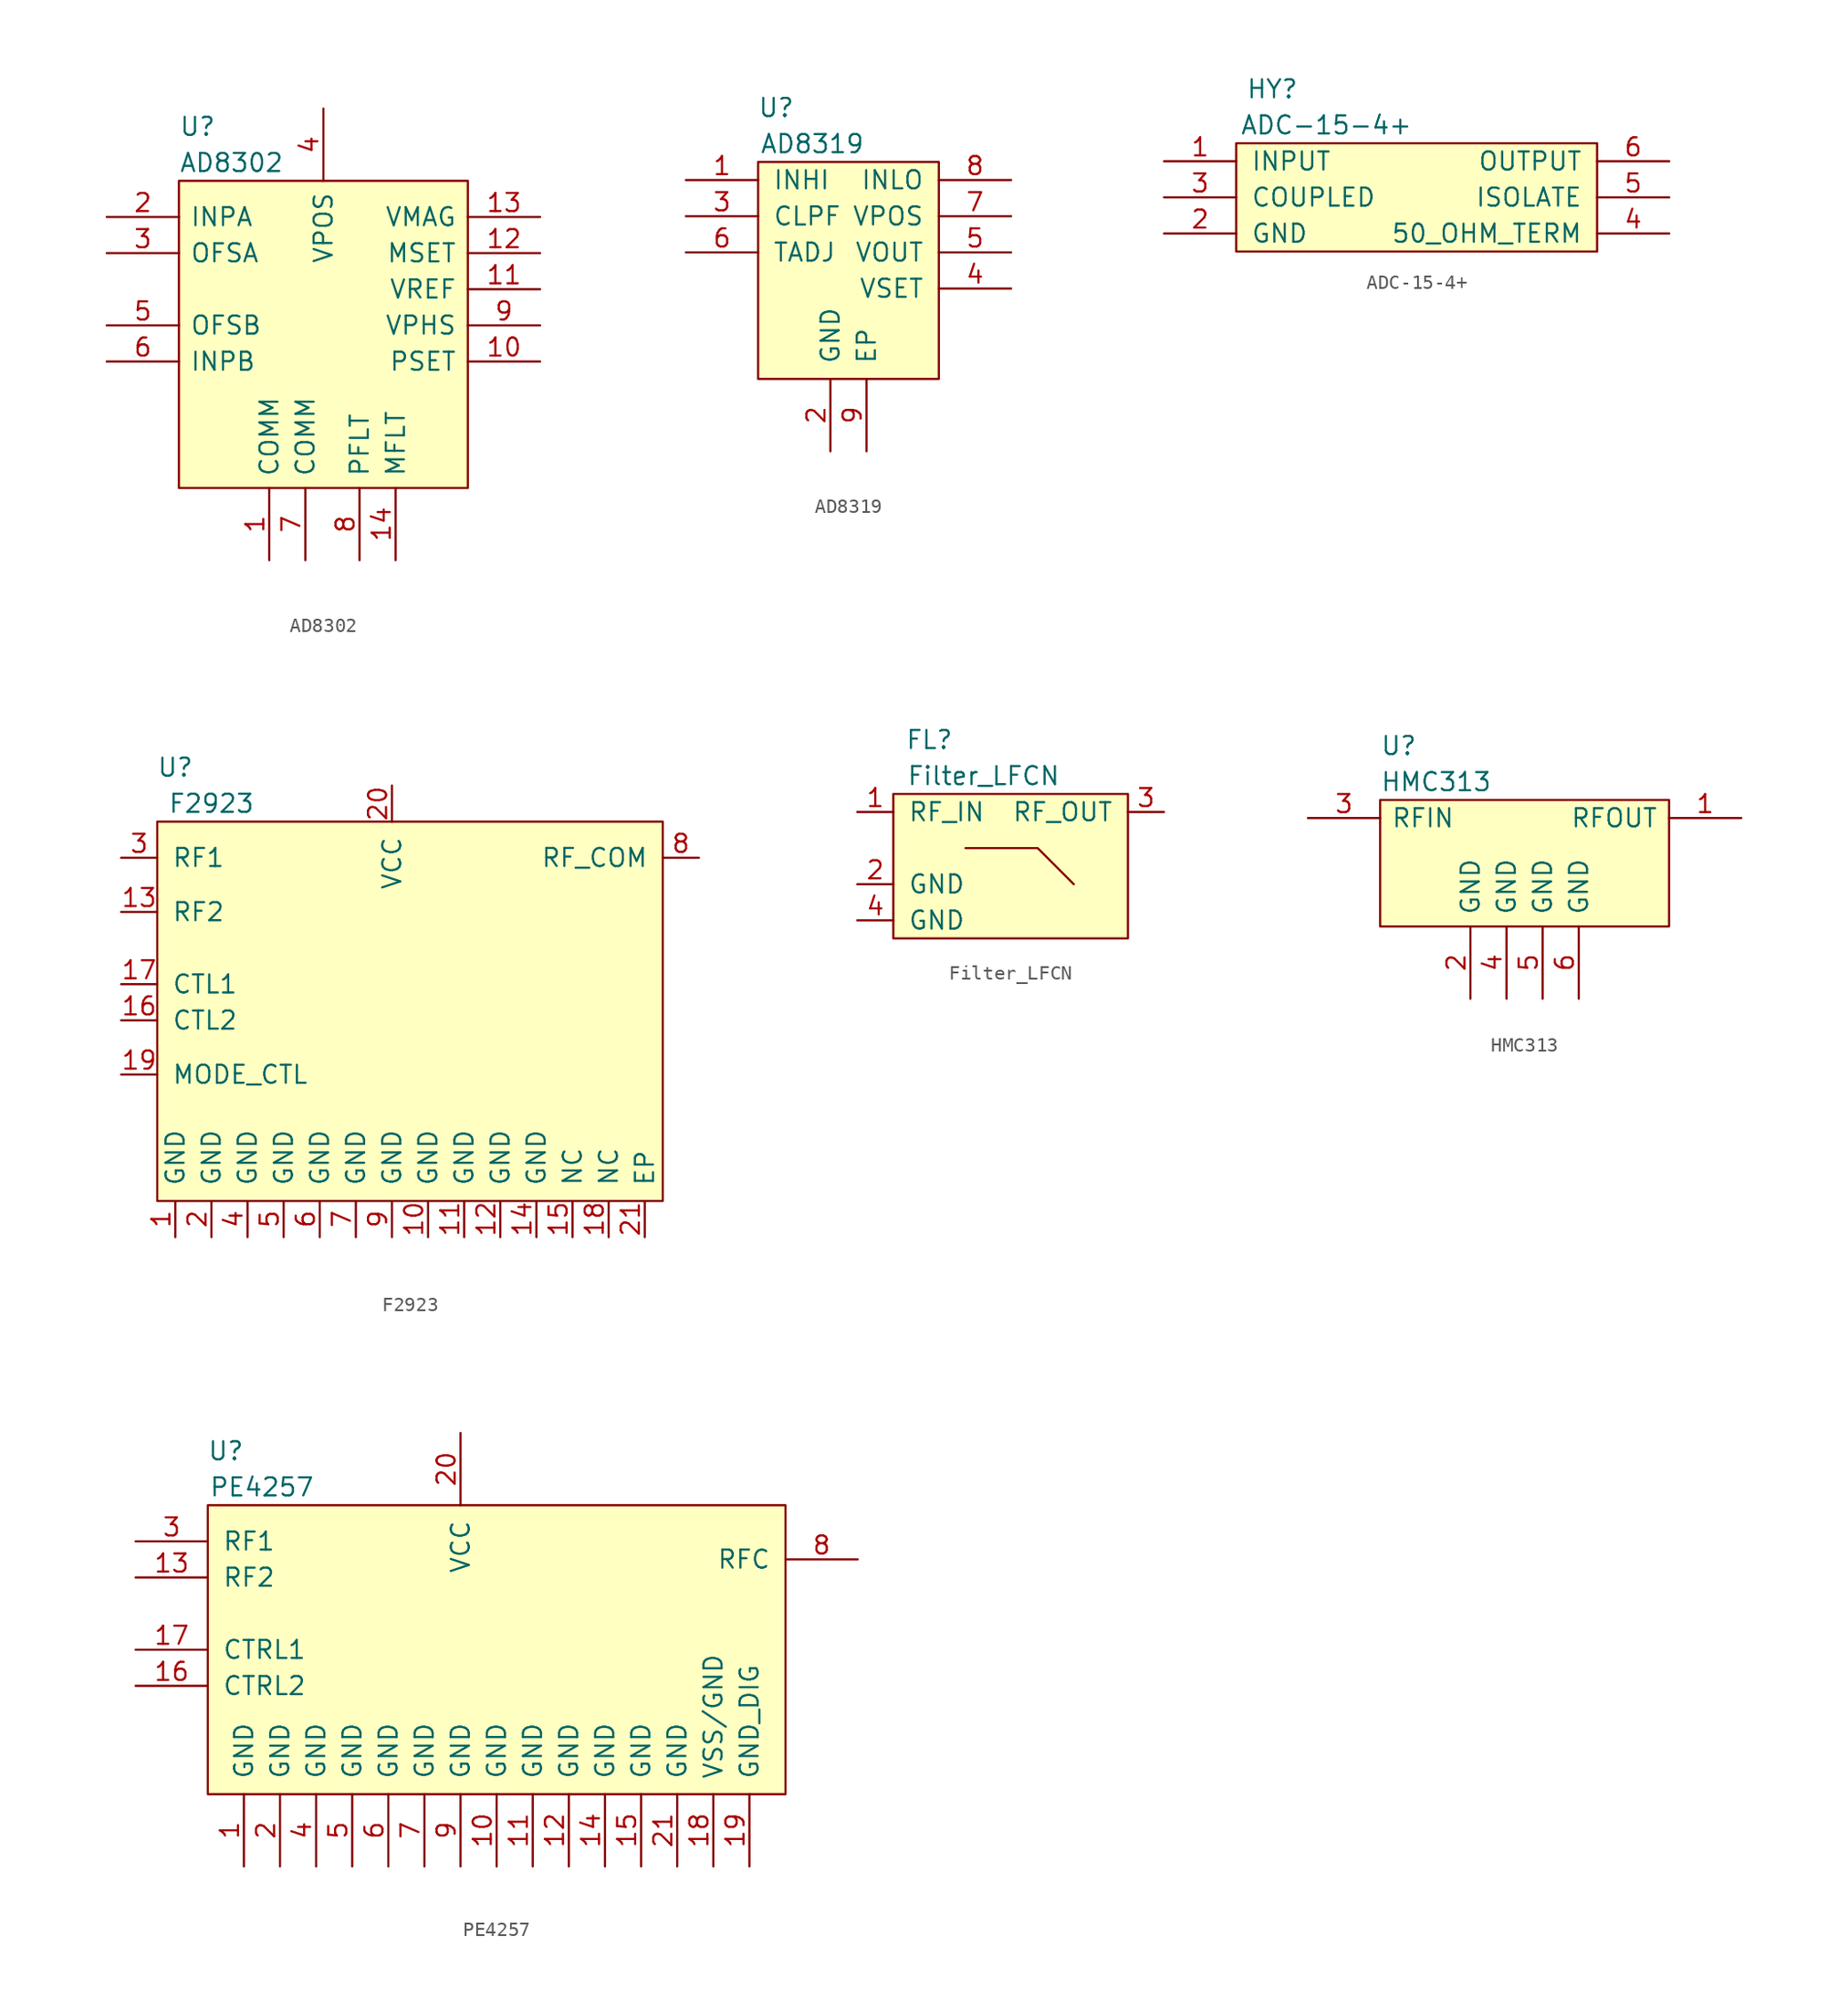
<source format=kicad_sym>
(kicad_symbol_lib
  (version 20201005)
  (generator kicad_symbol_editor)
  (symbol "AD8302"
    (pin_names
      (offset 0.762))
    (property "Reference" "U"
      (at -10.16 13.97 0)
      (effects (font (size 1.27 1.27)) (justify left)))
    (property "Value" "AD8302"
      (at -10.16 11.43 0)
      (effects (font (size 1.27 1.27)) (justify left)))
    (symbol "AD8302_0_0"
      (pin power_in line (at -3.81 -16.51 90) (length 5.08) (name "COMM" (effects (font (size 1.27 1.27)))) (number "1" (effects (font (size 1.27 1.27)))))
      (pin bidirectional line (at 15.24 -2.54 180) (length 5.08) (name "PSET" (effects (font (size 1.27 1.27)))) (number "10" (effects (font (size 1.27 1.27)))))
      (pin bidirectional line (at 15.24 2.54 180) (length 5.08) (name "VREF" (effects (font (size 1.27 1.27)))) (number "11" (effects (font (size 1.27 1.27)))))
      (pin bidirectional line (at 15.24 5.08 180) (length 5.08) (name "MSET" (effects (font (size 1.27 1.27)))) (number "12" (effects (font (size 1.27 1.27)))))
      (pin bidirectional line (at 15.24 7.62 180) (length 5.08) (name "VMAG" (effects (font (size 1.27 1.27)))) (number "13" (effects (font (size 1.27 1.27)))))
      (pin bidirectional line (at 5.08 -16.51 90) (length 5.08) (name "MFLT" (effects (font (size 1.27 1.27)))) (number "14" (effects (font (size 1.27 1.27)))))
      (pin bidirectional line (at -15.24 7.62 0) (length 5.08) (name "INPA" (effects (font (size 1.27 1.27)))) (number "2" (effects (font (size 1.27 1.27)))))
      (pin bidirectional line (at -15.24 5.08 0) (length 5.08) (name "OFSA" (effects (font (size 1.27 1.27)))) (number "3" (effects (font (size 1.27 1.27)))))
      (pin power_in line (at 0 15.24 270) (length 5.08) (name "VPOS" (effects (font (size 1.27 1.27)))) (number "4" (effects (font (size 1.27 1.27)))))
      (pin bidirectional line (at -15.24 0 0) (length 5.08) (name "OFSB" (effects (font (size 1.27 1.27)))) (number "5" (effects (font (size 1.27 1.27)))))
      (pin bidirectional line (at -15.24 -2.54 0) (length 5.08) (name "INPB" (effects (font (size 1.27 1.27)))) (number "6" (effects (font (size 1.27 1.27)))))
      (pin power_in line (at -1.27 -16.51 90) (length 5.08) (name "COMM" (effects (font (size 1.27 1.27)))) (number "7" (effects (font (size 1.27 1.27)))))
      (pin bidirectional line (at 2.54 -16.51 90) (length 5.08) (name "PFLT" (effects (font (size 1.27 1.27)))) (number "8" (effects (font (size 1.27 1.27)))))
      (pin bidirectional line (at 15.24 0 180) (length 5.08) (name "VPHS" (effects (font (size 1.27 1.27)))) (number "9" (effects (font (size 1.27 1.27))))))
    (symbol "AD8302_0_1"
      (polyline (pts (xy -10.16 10.16) (xy 10.16 10.16) (xy 10.16 -11.43) (xy -10.16 -11.43) (xy -10.16 10.16)) (stroke (width 0.152)) (fill (type background)))))
  (symbol "AD8319"
    (pin_names
      (offset 1.016))
    (property "Reference" "U"
      (at -5.08 10.16 0)
      (effects (font (size 1.27 1.27))))
    (property "Value" "AD8319"
      (at -2.54 7.62 0)
      (effects (font (size 1.27 1.27))))
    (symbol "AD8319_0_1"
      (rectangle (start -6.35 6.35) (end 6.35 -8.89) (stroke (width 0)) (fill (type background))))
    (symbol "AD8319_1_0"
      (pin bidirectional line (at -11.43 5.08 0) (length 5.08) (name "INHI" (effects (font (size 1.27 1.27)))) (number "1" (effects (font (size 1.27 1.27)))))
      (pin power_in line (at -1.27 -13.97 90) (length 5.08) (name "GND" (effects (font (size 1.27 1.27)))) (number "2" (effects (font (size 1.27 1.27)))))
      (pin bidirectional line (at -11.43 2.54 0) (length 5.08) (name "CLPF" (effects (font (size 1.27 1.27)))) (number "3" (effects (font (size 1.27 1.27)))))
      (pin bidirectional line (at 11.43 -2.54 180) (length 5.08) (name "VSET" (effects (font (size 1.27 1.27)))) (number "4" (effects (font (size 1.27 1.27)))))
      (pin bidirectional line (at 11.43 0 180) (length 5.08) (name "VOUT" (effects (font (size 1.27 1.27)))) (number "5" (effects (font (size 1.27 1.27)))))
      (pin bidirectional line (at -11.43 0 0) (length 5.08) (name "TADJ" (effects (font (size 1.27 1.27)))) (number "6" (effects (font (size 1.27 1.27)))))
      (pin power_in line (at 11.43 2.54 180) (length 5.08) (name "VPOS" (effects (font (size 1.27 1.27)))) (number "7" (effects (font (size 1.27 1.27)))))
      (pin bidirectional line (at 11.43 5.08 180) (length 5.08) (name "INLO" (effects (font (size 1.27 1.27)))) (number "8" (effects (font (size 1.27 1.27)))))
      (pin power_in line (at 1.27 -13.97 90) (length 5.08) (name "EP" (effects (font (size 1.27 1.27)))) (number "9" (effects (font (size 1.27 1.27)))))))
  (symbol "ADC-15-4+"
    (pin_names
      (offset 1.016))
    (property "Reference" "HY"
      (at -8.89 3.81 0)
      (effects (font (size 1.27 1.27))))
    (property "Value" "ADC-15-4+"
      (at -5.08 1.27 0)
      (effects (font (size 1.27 1.27))))
    (symbol "ADC-15-4+_0_1"
      (rectangle (start 13.97 -7.62) (end -11.43 0) (stroke (width 0)) (fill (type background))))
    (symbol "ADC-15-4+_1_1"
      (pin bidirectional line (at -16.51 -1.27 0) (length 5.08) (name "INPUT" (effects (font (size 1.27 1.27)))) (number "1" (effects (font (size 1.27 1.27)))))
      (pin power_in line (at -16.51 -6.35 0) (length 5.08) (name "GND" (effects (font (size 1.27 1.27)))) (number "2" (effects (font (size 1.27 1.27)))))
      (pin bidirectional line (at -16.51 -3.81 0) (length 5.08) (name "COUPLED" (effects (font (size 1.27 1.27)))) (number "3" (effects (font (size 1.27 1.27)))))
      (pin bidirectional line (at 19.05 -6.35 180) (length 5.08) (name "50_OHM_TERM" (effects (font (size 1.27 1.27)))) (number "4" (effects (font (size 1.27 1.27)))))
      (pin bidirectional line (at 19.05 -3.81 180) (length 5.08) (name "ISOLATE" (effects (font (size 1.27 1.27)))) (number "5" (effects (font (size 1.27 1.27)))))
      (pin bidirectional line (at 19.05 -1.27 180) (length 5.08) (name "OUTPUT" (effects (font (size 1.27 1.27)))) (number "6" (effects (font (size 1.27 1.27)))))))
  (symbol "F2923"
    (pin_names
      (offset 1.016))
    (property "Reference" "U"
      (at -15.24 15.24 0)
      (effects (font (size 1.27 1.27))))
    (property "Value" "F2923"
      (at -12.7 12.7 0)
      (effects (font (size 1.27 1.27))))
    (symbol "F2923_0_1"
      (rectangle (start -16.51 11.43) (end 19.05 -15.24) (stroke (width 0)) (fill (type background))))
    (symbol "F2923_1_1"
      (pin power_in line (at -15.24 -17.78 90) (length 2.54) (name "GND" (effects (font (size 1.27 1.27)))) (number "1" (effects (font (size 1.27 1.27)))))
      (pin power_in line (at 2.54 -17.78 90) (length 2.54) (name "GND" (effects (font (size 1.27 1.27)))) (number "10" (effects (font (size 1.27 1.27)))))
      (pin power_in line (at 5.08 -17.78 90) (length 2.54) (name "GND" (effects (font (size 1.27 1.27)))) (number "11" (effects (font (size 1.27 1.27)))))
      (pin power_in line (at 7.62 -17.78 90) (length 2.54) (name "GND" (effects (font (size 1.27 1.27)))) (number "12" (effects (font (size 1.27 1.27)))))
      (pin input line (at -19.05 5.08 0) (length 2.54) (name "RF2" (effects (font (size 1.27 1.27)))) (number "13" (effects (font (size 1.27 1.27)))))
      (pin power_in line (at 10.16 -17.78 90) (length 2.54) (name "GND" (effects (font (size 1.27 1.27)))) (number "14" (effects (font (size 1.27 1.27)))))
      (pin power_in line (at 12.7 -17.78 90) (length 2.54) (name "NC" (effects (font (size 1.27 1.27)))) (number "15" (effects (font (size 1.27 1.27)))))
      (pin passive line (at -19.05 -2.54 0) (length 2.54) (name "CTL2" (effects (font (size 1.27 1.27)))) (number "16" (effects (font (size 1.27 1.27)))))
      (pin passive line (at -19.05 0 0) (length 2.54) (name "CTL1" (effects (font (size 1.27 1.27)))) (number "17" (effects (font (size 1.27 1.27)))))
      (pin power_in line (at 15.24 -17.78 90) (length 2.54) (name "NC" (effects (font (size 1.27 1.27)))) (number "18" (effects (font (size 1.27 1.27)))))
      (pin passive line (at -19.05 -6.35 0) (length 2.54) (name "MODE_CTL" (effects (font (size 1.27 1.27)))) (number "19" (effects (font (size 1.27 1.27)))))
      (pin power_in line (at -12.7 -17.78 90) (length 2.54) (name "GND" (effects (font (size 1.27 1.27)))) (number "2" (effects (font (size 1.27 1.27)))))
      (pin power_in line (at 0 13.97 270) (length 2.54) (name "VCC" (effects (font (size 1.27 1.27)))) (number "20" (effects (font (size 1.27 1.27)))))
      (pin power_in line (at 17.78 -17.78 90) (length 2.54) (name "EP" (effects (font (size 1.27 1.27)))) (number "21" (effects (font (size 1.27 1.27)))))
      (pin input line (at -19.05 8.89 0) (length 2.54) (name "RF1" (effects (font (size 1.27 1.27)))) (number "3" (effects (font (size 1.27 1.27)))))
      (pin power_in line (at -10.16 -17.78 90) (length 2.54) (name "GND" (effects (font (size 1.27 1.27)))) (number "4" (effects (font (size 1.27 1.27)))))
      (pin power_in line (at -7.62 -17.78 90) (length 2.54) (name "GND" (effects (font (size 1.27 1.27)))) (number "5" (effects (font (size 1.27 1.27)))))
      (pin power_in line (at -5.08 -17.78 90) (length 2.54) (name "GND" (effects (font (size 1.27 1.27)))) (number "6" (effects (font (size 1.27 1.27)))))
      (pin power_in line (at -2.54 -17.78 90) (length 2.54) (name "GND" (effects (font (size 1.27 1.27)))) (number "7" (effects (font (size 1.27 1.27)))))
      (pin output line (at 21.59 8.89 180) (length 2.54) (name "RF_COM" (effects (font (size 1.27 1.27)))) (number "8" (effects (font (size 1.27 1.27)))))
      (pin power_in line (at 0 -17.78 90) (length 2.54) (name "GND" (effects (font (size 1.27 1.27)))) (number "9" (effects (font (size 1.27 1.27)))))))
  (symbol "Filter_LFCN"
    (pin_names
      (offset 1.016))
    (property "Reference" "FL"
      (at -5.08 7.62 0)
      (effects (font (size 1.27 1.27))))
    (property "Value" "Filter_LFCN"
      (at -1.27 5.08 0)
      (effects (font (size 1.27 1.27))))
    (symbol "Filter_LFCN_0_1"
      (rectangle (start -7.62 3.81) (end 8.89 -6.35) (stroke (width 0)) (fill (type background)))
      (polyline (pts (xy -2.54 0) (xy 2.54 0) (xy 5.08 -2.54)) (stroke (width 0)) (fill (type none))))
    (symbol "Filter_LFCN_1_1"
      (pin input line (at -10.16 2.54 0) (length 2.54) (name "RF_IN" (effects (font (size 1.27 1.27)))) (number "1" (effects (font (size 1.27 1.27)))))
      (pin power_in line (at -10.16 -2.54 0) (length 2.54) (name "GND" (effects (font (size 1.27 1.27)))) (number "2" (effects (font (size 1.27 1.27)))))
      (pin output line (at 11.43 2.54 180) (length 2.54) (name "RF_OUT" (effects (font (size 1.27 1.27)))) (number "3" (effects (font (size 1.27 1.27)))))
      (pin power_in line (at -10.16 -5.08 0) (length 2.54) (name "GND" (effects (font (size 1.27 1.27)))) (number "4" (effects (font (size 1.27 1.27)))))))
  (symbol "HMC313"
    (pin_names
      (offset 0.762))
    (property "Reference" "U"
      (at -10.16 8.89 0)
      (effects (font (size 1.27 1.27)) (justify left)))
    (property "Value" "HMC313"
      (at -10.16 6.35 0)
      (effects (font (size 1.27 1.27)) (justify left)))
    (symbol "HMC313_0_0"
      (pin bidirectional line (at 15.24 3.81 180) (length 5.08) (name "RFOUT" (effects (font (size 1.27 1.27)))) (number "1" (effects (font (size 1.27 1.27)))))
      (pin power_in line (at -3.81 -8.89 90) (length 5.08) (name "GND" (effects (font (size 1.27 1.27)))) (number "2" (effects (font (size 1.27 1.27)))))
      (pin bidirectional line (at -15.24 3.81 0) (length 5.08) (name "RFIN" (effects (font (size 1.27 1.27)))) (number "3" (effects (font (size 1.27 1.27)))))
      (pin power_in line (at -1.27 -8.89 90) (length 5.08) (name "GND" (effects (font (size 1.27 1.27)))) (number "4" (effects (font (size 1.27 1.27)))))
      (pin power_in line (at 1.27 -8.89 90) (length 5.08) (name "GND" (effects (font (size 1.27 1.27)))) (number "5" (effects (font (size 1.27 1.27)))))
      (pin power_in line (at 3.81 -8.89 90) (length 5.08) (name "GND" (effects (font (size 1.27 1.27)))) (number "6" (effects (font (size 1.27 1.27))))))
    (symbol "HMC313_0_1"
      (polyline (pts (xy -10.16 5.08) (xy 10.16 5.08) (xy 10.16 -3.81) (xy -10.16 -3.81) (xy -10.16 5.08)) (stroke (width 0.152)) (fill (type background)))))
  (symbol "PE4257"
    (pin_names
      (offset 1.016))
    (property "Reference" "U"
      (at -16.51 -12.7 0)
      (effects (font (size 1.27 1.27))))
    (property "Value" "PE4257"
      (at -13.97 -15.24 0)
      (effects (font (size 1.27 1.27))))
    (symbol "PE4257_0_1"
      (rectangle (start -17.78 -16.51) (end 22.86 -36.83) (stroke (width 0)) (fill (type background))))
    (symbol "PE4257_1_1"
      (pin power_in line (at -15.24 -41.91 90) (length 5.08) (name "GND" (effects (font (size 1.27 1.27)))) (number "1" (effects (font (size 1.27 1.27)))))
      (pin power_in line (at 2.54 -41.91 90) (length 5.08) (name "GND" (effects (font (size 1.27 1.27)))) (number "10" (effects (font (size 1.27 1.27)))))
      (pin power_in line (at 5.08 -41.91 90) (length 5.08) (name "GND" (effects (font (size 1.27 1.27)))) (number "11" (effects (font (size 1.27 1.27)))))
      (pin power_in line (at 7.62 -41.91 90) (length 5.08) (name "GND" (effects (font (size 1.27 1.27)))) (number "12" (effects (font (size 1.27 1.27)))))
      (pin bidirectional line (at -22.86 -21.59 0) (length 5.08) (name "RF2" (effects (font (size 1.27 1.27)))) (number "13" (effects (font (size 1.27 1.27)))))
      (pin power_in line (at 10.16 -41.91 90) (length 5.08) (name "GND" (effects (font (size 1.27 1.27)))) (number "14" (effects (font (size 1.27 1.27)))))
      (pin power_in line (at 12.7 -41.91 90) (length 5.08) (name "GND" (effects (font (size 1.27 1.27)))) (number "15" (effects (font (size 1.27 1.27)))))
      (pin bidirectional line (at -22.86 -29.21 0) (length 5.08) (name "CTRL2" (effects (font (size 1.27 1.27)))) (number "16" (effects (font (size 1.27 1.27)))))
      (pin bidirectional line (at -22.86 -26.67 0) (length 5.08) (name "CTRL1" (effects (font (size 1.27 1.27)))) (number "17" (effects (font (size 1.27 1.27)))))
      (pin power_in line (at 17.78 -41.91 90) (length 5.08) (name "VSS/GND" (effects (font (size 1.27 1.27)))) (number "18" (effects (font (size 1.27 1.27)))))
      (pin power_in line (at 20.32 -41.91 90) (length 5.08) (name "GND_DIG" (effects (font (size 1.27 1.27)))) (number "19" (effects (font (size 1.27 1.27)))))
      (pin power_in line (at -12.7 -41.91 90) (length 5.08) (name "GND" (effects (font (size 1.27 1.27)))) (number "2" (effects (font (size 1.27 1.27)))))
      (pin power_in line (at 0 -11.43 270) (length 5.08) (name "VCC" (effects (font (size 1.27 1.27)))) (number "20" (effects (font (size 1.27 1.27)))))
      (pin power_in line (at 15.24 -41.91 90) (length 5.08) (name "GND" (effects (font (size 1.27 1.27)))) (number "21" (effects (font (size 1.27 1.27)))))
      (pin bidirectional line (at -22.86 -19.05 0) (length 5.08) (name "RF1" (effects (font (size 1.27 1.27)))) (number "3" (effects (font (size 1.27 1.27)))))
      (pin power_in line (at -10.16 -41.91 90) (length 5.08) (name "GND" (effects (font (size 1.27 1.27)))) (number "4" (effects (font (size 1.27 1.27)))))
      (pin power_in line (at -7.62 -41.91 90) (length 5.08) (name "GND" (effects (font (size 1.27 1.27)))) (number "5" (effects (font (size 1.27 1.27)))))
      (pin power_in line (at -5.08 -41.91 90) (length 5.08) (name "GND" (effects (font (size 1.27 1.27)))) (number "6" (effects (font (size 1.27 1.27)))))
      (pin power_in line (at -2.54 -41.91 90) (length 5.08) (name "GND" (effects (font (size 1.27 1.27)))) (number "7" (effects (font (size 1.27 1.27)))))
      (pin bidirectional line (at 27.94 -20.32 180) (length 5.08) (name "RFC" (effects (font (size 1.27 1.27)))) (number "8" (effects (font (size 1.27 1.27)))))
      (pin power_in line (at 0 -41.91 90) (length 5.08) (name "GND" (effects (font (size 1.27 1.27)))) (number "9" (effects (font (size 1.27 1.27))))))))
</source>
